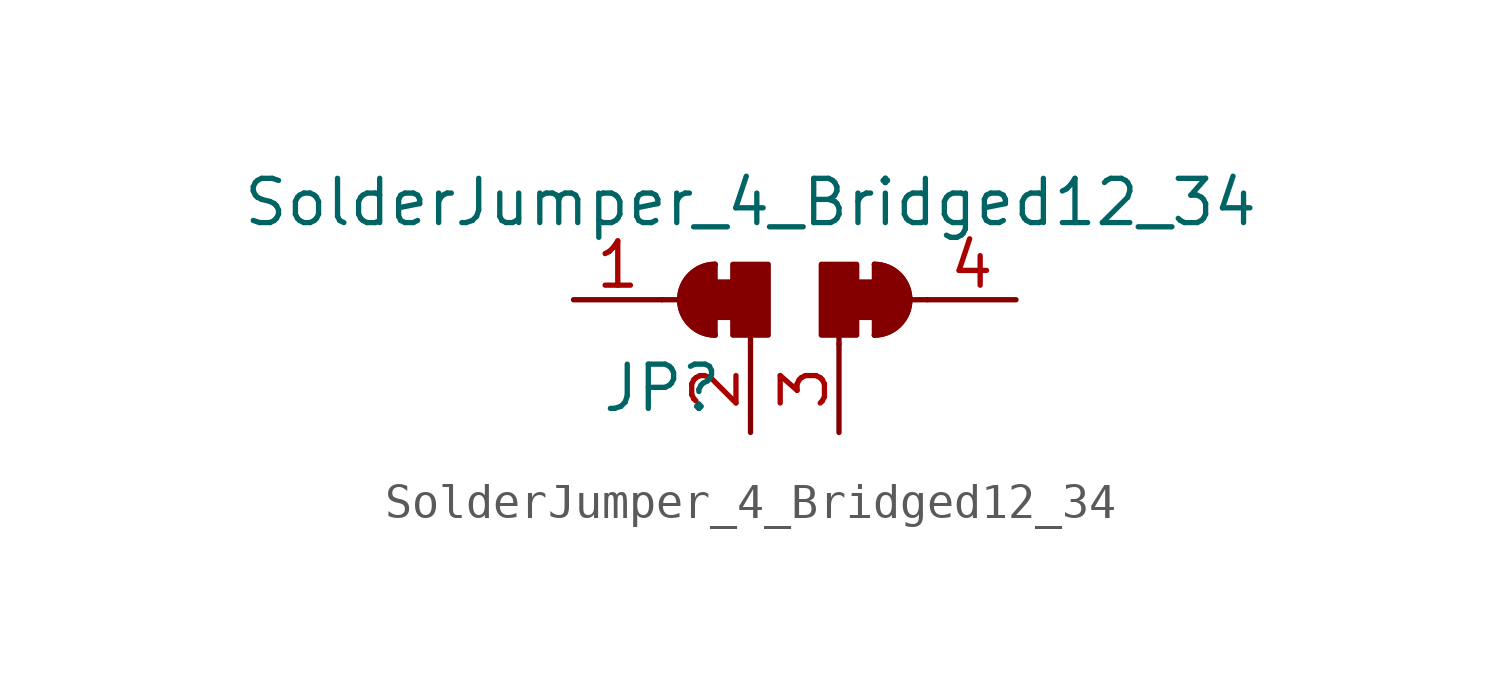
<source format=kicad_sym>
(kicad_symbol_lib
  (version 20231120)
  (generator "kicad_symbol_editor")
  (generator_version "8.0")
  (symbol "SolderJumper_4_Bridged12_34"
    (pin_names
      (offset 0) hide)
    (property "Reference" "JP"
      (at -3.81 -2.54 0)
      (effects (font (size 1.27 1.27))))
    (property "Value" "SolderJumper_4_Bridged12_34"
      (at -1.27 2.794 0)
      (effects (font (size 1.27 1.27))))
    (symbol "SolderJumper_4_Bridged12_34_0_1"
      (rectangle (start -2.286 0.508) (end -1.778 -0.508) (stroke (width 0) (type default)) (fill (type outline)))
      (arc (start -2.286 1.016) (mid -3.2976 0) (end -2.286 -1.016) (stroke (width 0) (type default)) (fill (type none)))
      (arc (start -2.286 1.016) (mid -3.2976 0) (end -2.286 -1.016) (stroke (width 0) (type default)) (fill (type outline)))
      (rectangle (start -1.778 1.016) (end -0.762 -1.016) (stroke (width 0) (type default)) (fill (type outline)))
      (polyline (pts (xy -3.81 0) (xy -3.302 0)) (stroke (width 0) (type default)) (fill (type none)))
      (polyline (pts (xy -2.286 1.016) (xy -2.286 -1.016)) (stroke (width 0) (type default)) (fill (type none)))
      (polyline (pts (xy -1.27 -1.27) (xy -1.27 -1.016)) (stroke (width 0) (type default)) (fill (type none)))
      (polyline (pts (xy 1.27 -1.27) (xy 1.27 -1.016)) (stroke (width 0) (type default)) (fill (type none)))
      (polyline (pts (xy 2.286 1.016) (xy 2.286 -1.016)) (stroke (width 0) (type default)) (fill (type none)))
      (polyline (pts (xy 3.81 0) (xy 3.302 0)) (stroke (width 0) (type default)) (fill (type none)))
      (rectangle (start 0.762 1.016) (end 1.778 -1.016) (stroke (width 0) (type default)) (fill (type outline)))
      (rectangle (start 1.778 0.508) (end 2.286 -0.508) (stroke (width 0) (type default)) (fill (type outline)))
      (arc (start 2.286 -1.016) (mid 3.2976 0) (end 2.286 1.016) (stroke (width 0) (type default)) (fill (type none)))
      (arc (start 2.286 -1.016) (mid 3.2976 0) (end 2.286 1.016) (stroke (width 0) (type default)) (fill (type outline))))
    (symbol "SolderJumper_4_Bridged12_34_1_1"
      (pin passive line (at -6.35 0 0) (length 2.54) (name "A" (effects (font (size 1.27 1.27)))) (number "1" (effects (font (size 1.27 1.27)))))
      (pin passive line (at -1.27 -3.81 90) (length 2.54) (name "C" (effects (font (size 1.27 1.27)))) (number "2" (effects (font (size 1.27 1.27)))))
      (pin passive line (at 1.27 -3.81 90) (length 2.54) (name "D" (effects (font (size 1.27 1.27)))) (number "3" (effects (font (size 1.27 1.27)))))
      (pin passive line (at 6.35 0 180) (length 2.54) (name "B" (effects (font (size 1.27 1.27)))) (number "4" (effects (font (size 1.27 1.27))))))))
</source>
